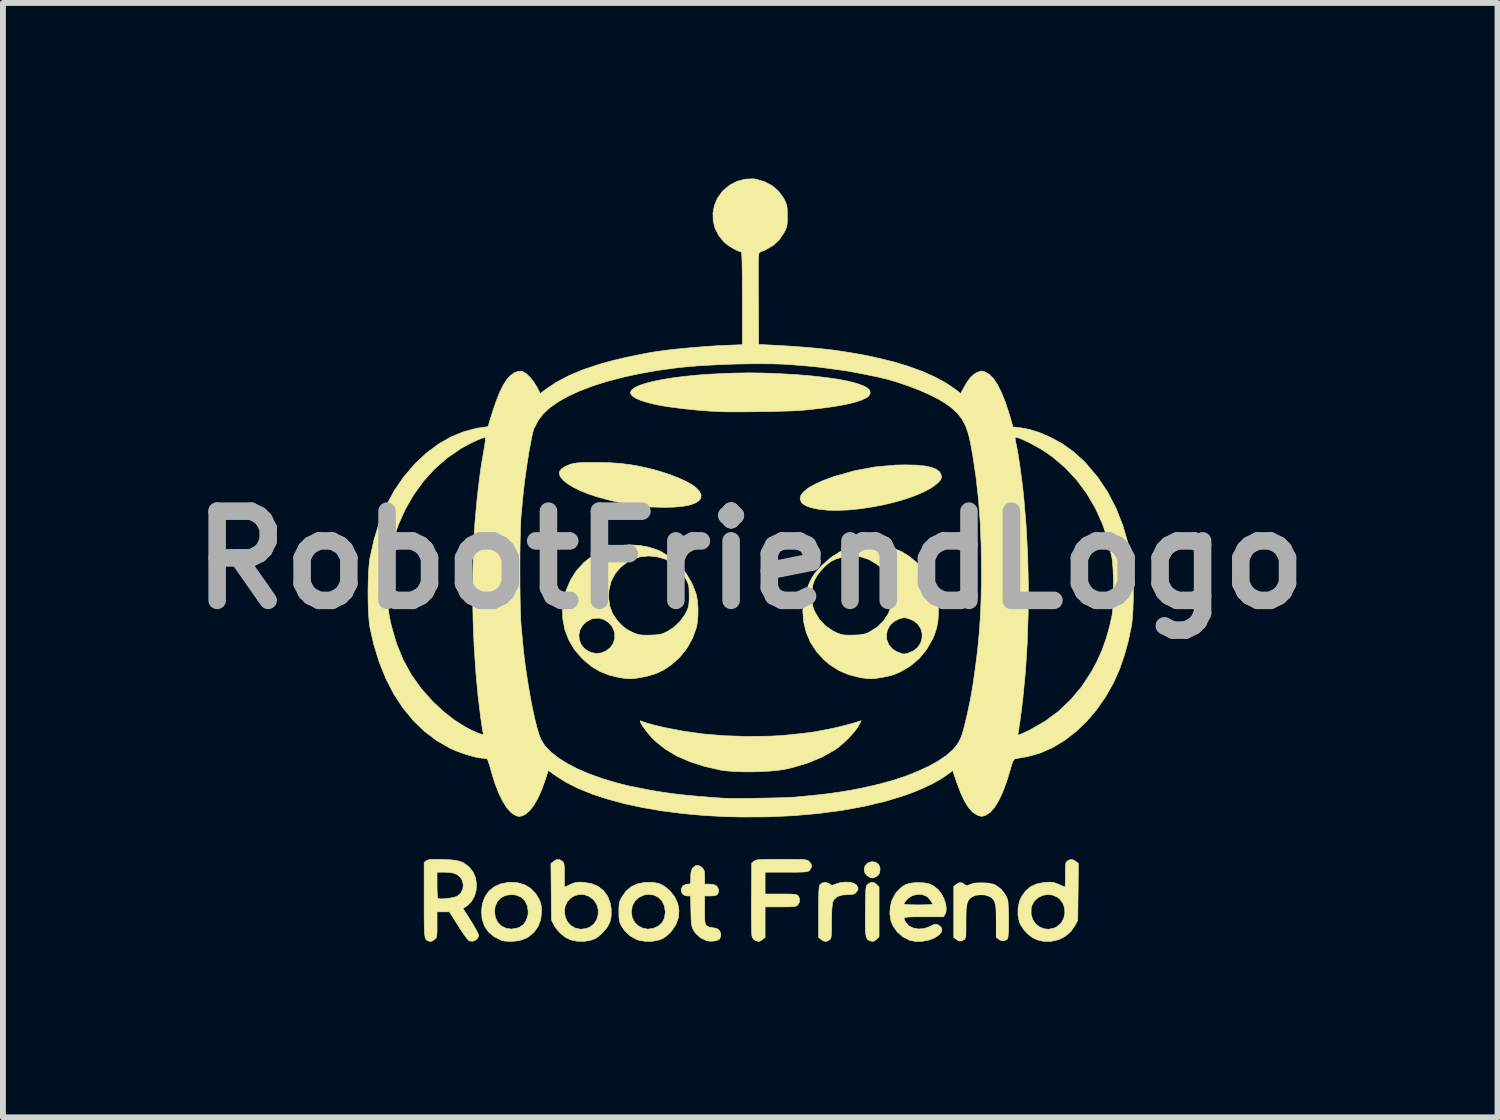
<source format=kicad_pcb>
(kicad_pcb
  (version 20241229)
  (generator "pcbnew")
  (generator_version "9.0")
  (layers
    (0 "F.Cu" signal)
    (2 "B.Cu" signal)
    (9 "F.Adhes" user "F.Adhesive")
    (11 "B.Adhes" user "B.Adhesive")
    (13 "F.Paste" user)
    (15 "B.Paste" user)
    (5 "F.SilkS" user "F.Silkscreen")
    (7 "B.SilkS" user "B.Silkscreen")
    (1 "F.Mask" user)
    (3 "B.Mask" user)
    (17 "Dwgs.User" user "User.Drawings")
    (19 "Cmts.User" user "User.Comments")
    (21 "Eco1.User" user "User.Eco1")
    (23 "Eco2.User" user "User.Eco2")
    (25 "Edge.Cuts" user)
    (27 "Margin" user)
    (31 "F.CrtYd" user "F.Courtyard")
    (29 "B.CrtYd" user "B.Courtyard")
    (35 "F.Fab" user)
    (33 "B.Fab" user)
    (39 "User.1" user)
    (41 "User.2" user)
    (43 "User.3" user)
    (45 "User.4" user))
  (footprint "RobotFriendLogo"
    (layer "F.Cu")
    (at 9.768 6.518)
    (property "Reference" "RobotFriendLogo" (at 0 0 0) (layer "F.Fab") (effects (font (size 1.524 1.524) (thickness 0.3))))
    (attr through_hole)
    (fp_poly (pts (xy 2.14 5.163) (xy 2.187 5.195) (xy 2.215 5.246) (xy 2.218 5.276) (xy 2.213 5.339) (xy 2.192 5.38) (xy 2.152 5.409) (xy 2.149 5.411) (xy 2.109 5.429) (xy 2.08 5.433) (xy 2.049 5.424) (xy 1.992 5.389) (xy 1.957 5.339) (xy 1.947 5.282) (xy 1.961 5.227) (xy 2.001 5.182) (xy 2.019 5.171) (xy 2.082 5.154) (xy 2.14 5.163)) (stroke (width 0.01) (type solid)) (fill yes) (layer "F.SilkS"))
    (fp_poly (pts (xy 2.114 5.512) (xy 2.16 5.545) (xy 2.201 5.586) (xy 2.201 6.436) (xy 2.16 6.478) (xy 2.121 6.509) (xy 2.084 6.516) (xy 2.036 6.502) (xy 2.014 6.49) (xy 1.997 6.472) (xy 1.985 6.443) (xy 1.976 6.4) (xy 1.97 6.34) (xy 1.967 6.257) (xy 1.966 6.15) (xy 1.967 6.012) (xy 1.968 5.981) (xy 1.969 5.852) (xy 1.971 5.753) (xy 1.973 5.68) (xy 1.976 5.627) (xy 1.981 5.591) (xy 1.987 5.568) (xy 1.995 5.552) (xy 2.006 5.541) (xy 2.013 5.536) (xy 2.065 5.507) (xy 2.114 5.512)) (stroke (width 0.01) (type solid)) (fill yes) (layer "F.SilkS"))
    (fp_poly (pts (xy 2.832 -1.621) (xy 2.979 -1.607) (xy 3.095 -1.583) (xy 3.181 -1.549) (xy 3.237 -1.505) (xy 3.263 -1.451) (xy 3.265 -1.437) (xy 3.264 -1.4) (xy 3.252 -1.369) (xy 3.222 -1.334) (xy 3.194 -1.308) (xy 3.099 -1.236) (xy 2.975 -1.168) (xy 2.827 -1.104) (xy 2.659 -1.044) (xy 2.476 -0.991) (xy 2.283 -0.944) (xy 2.084 -0.906) (xy 1.884 -0.876) (xy 1.688 -0.856) (xy 1.501 -0.848) (xy 1.327 -0.851) (xy 1.171 -0.867) (xy 1.142 -0.872) (xy 1.031 -0.897) (xy 0.95 -0.927) (xy 0.895 -0.962) (xy 0.872 -0.989) (xy 0.852 -1.046) (xy 0.866 -1.105) (xy 0.912 -1.165) (xy 0.99 -1.228) (xy 1.1 -1.291) (xy 1.24 -1.355) (xy 1.411 -1.419) (xy 1.439 -1.428) (xy 1.785 -1.526) (xy 2.136 -1.591) (xy 2.494 -1.622) (xy 2.652 -1.625) (xy 2.832 -1.621)) (stroke (width 0.01) (type solid)) (fill yes) (layer "F.SilkS"))
    (fp_poly (pts (xy 1.696 5.506) (xy 1.763 5.521) (xy 1.809 5.547) (xy 1.814 5.552) (xy 1.841 5.596) (xy 1.84 5.634) (xy 1.813 5.675) (xy 1.791 5.697) (xy 1.763 5.709) (xy 1.72 5.715) (xy 1.664 5.716) (xy 1.56 5.726) (xy 1.483 5.754) (xy 1.432 5.801) (xy 1.411 5.843) (xy 1.403 5.885) (xy 1.396 5.956) (xy 1.392 6.051) (xy 1.39 6.165) (xy 1.389 6.184) (xy 1.389 6.288) (xy 1.388 6.363) (xy 1.385 6.416) (xy 1.38 6.45) (xy 1.373 6.471) (xy 1.362 6.484) (xy 1.351 6.493) (xy 1.301 6.516) (xy 1.255 6.51) (xy 1.213 6.484) (xy 1.168 6.449) (xy 1.168 6.013) (xy 1.169 5.868) (xy 1.17 5.754) (xy 1.173 5.667) (xy 1.177 5.606) (xy 1.183 5.568) (xy 1.19 5.549) (xy 1.232 5.518) (xy 1.286 5.509) (xy 1.34 5.524) (xy 1.354 5.533) (xy 1.38 5.552) (xy 1.402 5.558) (xy 1.432 5.549) (xy 1.47 5.533) (xy 1.54 5.512) (xy 1.619 5.503) (xy 1.696 5.506)) (stroke (width 0.01) (type solid)) (fill yes) (layer "F.SilkS"))
    (fp_poly (pts (xy -2.423 -1.663) (xy -2.234 -1.652) (xy -2.056 -1.63) (xy -1.876 -1.598) (xy -1.683 -1.553) (xy -1.636 -1.541) (xy -1.487 -1.497) (xy -1.342 -1.448) (xy -1.208 -1.394) (xy -1.09 -1.34) (xy -0.994 -1.286) (xy -0.929 -1.239) (xy -0.868 -1.174) (xy -0.84 -1.114) (xy -0.843 -1.06) (xy -0.876 -1.013) (xy -0.939 -0.973) (xy -1.03 -0.941) (xy -1.148 -0.918) (xy -1.292 -0.904) (xy -1.461 -0.9) (xy -1.49 -0.901) (xy -1.574 -0.902) (xy -1.654 -0.905) (xy -1.718 -0.907) (xy -1.744 -0.909) (xy -1.903 -0.925) (xy -2.082 -0.954) (xy -2.271 -0.991) (xy -2.459 -1.036) (xy -2.637 -1.086) (xy -2.765 -1.129) (xy -2.904 -1.184) (xy -3.024 -1.244) (xy -3.123 -1.305) (xy -3.197 -1.366) (xy -3.245 -1.424) (xy -3.263 -1.479) (xy -3.26 -1.507) (xy -3.228 -1.554) (xy -3.166 -1.597) (xy -3.076 -1.634) (xy -3.068 -1.637) (xy -3.027 -1.648) (xy -2.98 -1.656) (xy -2.921 -1.661) (xy -2.845 -1.665) (xy -2.746 -1.667) (xy -2.633 -1.667) (xy -2.423 -1.663)) (stroke (width 0.01) (type solid)) (fill yes) (layer "F.SilkS"))
    (fp_poly (pts (xy -3.982 5.512) (xy -3.858 5.547) (xy -3.752 5.61) (xy -3.665 5.7) (xy -3.612 5.787) (xy -3.586 5.849) (xy -3.571 5.907) (xy -3.566 5.976) (xy -3.565 6.011) (xy -3.58 6.145) (xy -3.624 6.262) (xy -3.696 6.362) (xy -3.794 6.442) (xy -3.834 6.464) (xy -3.913 6.493) (xy -4.008 6.511) (xy -4.108 6.517) (xy -4.199 6.51) (xy -4.252 6.497) (xy -4.376 6.436) (xy -4.472 6.355) (xy -4.54 6.256) (xy -4.58 6.137) (xy -4.591 6.011) (xy -4.591 6.01) (xy -4.369 6.01) (xy -4.354 6.109) (xy -4.314 6.191) (xy -4.252 6.253) (xy -4.174 6.292) (xy -4.083 6.306) (xy -3.986 6.291) (xy -3.932 6.27) (xy -3.871 6.224) (xy -3.825 6.154) (xy -3.798 6.07) (xy -3.793 6.012) (xy -3.807 5.909) (xy -3.847 5.824) (xy -3.91 5.763) (xy -3.995 5.726) (xy -4.079 5.716) (xy -4.179 5.73) (xy -4.261 5.772) (xy -4.322 5.838) (xy -4.359 5.925) (xy -4.369 6.01) (xy -4.591 6.01) (xy -4.577 5.876) (xy -4.534 5.758) (xy -4.466 5.659) (xy -4.373 5.583) (xy -4.26 5.532) (xy -4.126 5.507) (xy -4.121 5.507) (xy -3.982 5.512)) (stroke (width 0.01) (type solid)) (fill yes) (layer "F.SilkS"))
    (fp_poly (pts (xy 0.22 -3.194) (xy 0.456 -3.186) (xy 0.474 -3.185) (xy 0.773 -3.168) (xy 1.044 -3.146) (xy 1.284 -3.119) (xy 1.495 -3.089) (xy 1.674 -3.055) (xy 1.822 -3.016) (xy 1.937 -2.974) (xy 2.005 -2.937) (xy 2.043 -2.897) (xy 2.05 -2.85) (xy 2.027 -2.804) (xy 1.994 -2.777) (xy 1.903 -2.733) (xy 1.779 -2.693) (xy 1.621 -2.656) (xy 1.429 -2.622) (xy 1.204 -2.591) (xy 0.946 -2.563) (xy 0.889 -2.558) (xy 0.818 -2.553) (xy 0.718 -2.548) (xy 0.597 -2.544) (xy 0.459 -2.54) (xy 0.31 -2.536) (xy 0.157 -2.534) (xy 0.005 -2.532) (xy -0.14 -2.531) (xy -0.273 -2.531) (xy -0.387 -2.531) (xy -0.457 -2.533) (xy -0.673 -2.543) (xy -0.907 -2.561) (xy -1.144 -2.585) (xy -1.37 -2.614) (xy -1.456 -2.627) (xy -1.615 -2.656) (xy -1.752 -2.689) (xy -1.866 -2.725) (xy -1.954 -2.763) (xy -2.014 -2.803) (xy -2.043 -2.843) (xy -2.046 -2.867) (xy -2.023 -2.908) (xy -1.969 -2.948) (xy -1.886 -2.986) (xy -1.777 -3.021) (xy -1.644 -3.055) (xy -1.49 -3.085) (xy -1.316 -3.113) (xy -1.126 -3.137) (xy -0.922 -3.158) (xy -0.707 -3.174) (xy -0.482 -3.186) (xy -0.251 -3.194) (xy -0.016 -3.197) (xy 0.22 -3.194)) (stroke (width 0.01) (type solid)) (fill yes) (layer "F.SilkS"))
    (fp_poly (pts (xy -1.656 5.508) (xy -1.557 5.528) (xy -1.469 5.572) (xy -1.384 5.642) (xy -1.371 5.654) (xy -1.289 5.759) (xy -1.237 5.873) (xy -1.217 5.992) (xy -1.228 6.112) (xy -1.269 6.228) (xy -1.342 6.337) (xy -1.372 6.37) (xy -1.436 6.428) (xy -1.493 6.466) (xy -1.554 6.491) (xy -1.558 6.492) (xy -1.668 6.514) (xy -1.784 6.516) (xy -1.891 6.5) (xy -1.934 6.487) (xy -2.05 6.424) (xy -2.143 6.337) (xy -2.194 6.262) (xy -2.218 6.216) (xy -2.232 6.176) (xy -2.24 6.13) (xy -2.243 6.068) (xy -2.244 6.012) (xy -2.032 6.012) (xy -2.017 6.108) (xy -1.976 6.188) (xy -1.915 6.25) (xy -1.838 6.29) (xy -1.752 6.307) (xy -1.661 6.296) (xy -1.572 6.256) (xy -1.571 6.255) (xy -1.505 6.197) (xy -1.466 6.122) (xy -1.451 6.026) (xy -1.451 6.009) (xy -1.465 5.91) (xy -1.506 5.828) (xy -1.568 5.764) (xy -1.646 5.725) (xy -1.737 5.712) (xy -1.811 5.723) (xy -1.902 5.764) (xy -1.972 5.829) (xy -2.016 5.913) (xy -2.032 6.012) (xy -2.032 6.012) (xy -2.244 6.012) (xy -2.244 6.011) (xy -2.243 5.933) (xy -2.238 5.877) (xy -2.229 5.834) (xy -2.211 5.793) (xy -2.194 5.76) (xy -2.121 5.656) (xy -2.031 5.58) (xy -1.922 5.532) (xy -1.793 5.508) (xy -1.776 5.507) (xy -1.656 5.508)) (stroke (width 0.01) (type solid)) (fill yes) (layer "F.SilkS"))
    (fp_poly (pts (xy 1.85 2.834) (xy 1.808 2.898) (xy 1.745 2.974) (xy 1.669 3.055) (xy 1.588 3.132) (xy 1.508 3.2) (xy 1.454 3.239) (xy 1.235 3.363) (xy 0.992 3.465) (xy 0.726 3.545) (xy 0.597 3.575) (xy 0.482 3.593) (xy 0.343 3.606) (xy 0.189 3.615) (xy 0.028 3.62) (xy -0.132 3.619) (xy -0.282 3.613) (xy -0.413 3.602) (xy -0.502 3.59) (xy -0.782 3.526) (xy -1.034 3.445) (xy -1.258 3.347) (xy -1.453 3.23) (xy -1.621 3.095) (xy -1.64 3.077) (xy -1.69 3.025) (xy -1.739 2.968) (xy -1.785 2.91) (xy -1.826 2.854) (xy -1.857 2.805) (xy -1.877 2.769) (xy -1.881 2.749) (xy -1.867 2.749) (xy -1.862 2.752) (xy -1.832 2.765) (xy -1.775 2.783) (xy -1.7 2.804) (xy -1.614 2.827) (xy -1.524 2.849) (xy -1.465 2.863) (xy -1.129 2.927) (xy -0.793 2.973) (xy -0.448 3.002) (xy -0.083 3.014) (xy 0.008 3.014) (xy 0.132 3.013) (xy 0.256 3.011) (xy 0.372 3.008) (xy 0.473 3.003) (xy 0.55 2.999) (xy 0.562 2.997) (xy 0.723 2.981) (xy 0.865 2.966) (xy 0.985 2.952) (xy 1.078 2.939) (xy 1.135 2.93) (xy 1.194 2.918) (xy 1.267 2.904) (xy 1.321 2.894) (xy 1.412 2.876) (xy 1.522 2.85) (xy 1.637 2.821) (xy 1.743 2.793) (xy 1.816 2.771) (xy 1.897 2.746) (xy 1.85 2.834)) (stroke (width 0.01) (type solid)) (fill yes) (layer "F.SilkS"))
    (fp_poly (pts (xy 3.616 5.509) (xy 3.66 5.536) (xy 3.689 5.556) (xy 3.714 5.557) (xy 3.751 5.54) (xy 3.806 5.521) (xy 3.884 5.511) (xy 3.972 5.51) (xy 4.061 5.516) (xy 4.139 5.53) (xy 4.191 5.548) (xy 4.288 5.618) (xy 4.36 5.71) (xy 4.384 5.757) (xy 4.397 5.788) (xy 4.406 5.821) (xy 4.412 5.862) (xy 4.416 5.916) (xy 4.418 5.99) (xy 4.419 6.09) (xy 4.419 6.149) (xy 4.419 6.264) (xy 4.418 6.35) (xy 4.414 6.412) (xy 4.407 6.454) (xy 4.395 6.48) (xy 4.378 6.496) (xy 4.354 6.505) (xy 4.334 6.51) (xy 4.286 6.509) (xy 4.245 6.485) (xy 4.199 6.449) (xy 4.199 6.179) (xy 4.198 6.056) (xy 4.194 5.962) (xy 4.185 5.892) (xy 4.17 5.84) (xy 4.148 5.802) (xy 4.118 5.773) (xy 4.095 5.758) (xy 4.024 5.731) (xy 3.939 5.723) (xy 3.855 5.734) (xy 3.796 5.758) (xy 3.761 5.783) (xy 3.734 5.814) (xy 3.715 5.856) (xy 3.703 5.912) (xy 3.695 5.989) (xy 3.692 6.091) (xy 3.691 6.188) (xy 3.691 6.291) (xy 3.69 6.366) (xy 3.688 6.417) (xy 3.683 6.45) (xy 3.676 6.471) (xy 3.665 6.485) (xy 3.654 6.493) (xy 3.604 6.516) (xy 3.558 6.51) (xy 3.516 6.484) (xy 3.471 6.449) (xy 3.471 5.574) (xy 3.516 5.538) (xy 3.569 5.508) (xy 3.616 5.509)) (stroke (width 0) (type solid)) (fill yes) (layer "F.SilkS"))
    (fp_poly (pts (xy 0.665 5.114) (xy 0.767 5.115) (xy 0.844 5.116) (xy 0.9 5.118) (xy 0.94 5.122) (xy 0.967 5.128) (xy 0.986 5.136) (xy 1.001 5.146) (xy 1.005 5.149) (xy 1.042 5.195) (xy 1.047 5.246) (xy 1.02 5.296) (xy 1.016 5.3) (xy 1.003 5.311) (xy 0.986 5.32) (xy 0.96 5.326) (xy 0.922 5.33) (xy 0.866 5.332) (xy 0.787 5.334) (xy 0.681 5.334) (xy 0.618 5.334) (xy 0.254 5.334) (xy 0.254 5.707) (xy 0.522 5.707) (xy 0.625 5.707) (xy 0.699 5.708) (xy 0.75 5.712) (xy 0.783 5.717) (xy 0.804 5.725) (xy 0.818 5.737) (xy 0.819 5.738) (xy 0.843 5.787) (xy 0.841 5.844) (xy 0.813 5.893) (xy 0.797 5.906) (xy 0.777 5.915) (xy 0.746 5.921) (xy 0.699 5.925) (xy 0.631 5.926) (xy 0.535 5.927) (xy 0.516 5.927) (xy 0.254 5.927) (xy 0.254 6.449) (xy 0.209 6.484) (xy 0.169 6.511) (xy 0.134 6.516) (xy 0.089 6.502) (xy 0.054 6.475) (xy 0.033 6.441) (xy 0.028 6.41) (xy 0.024 6.347) (xy 0.022 6.254) (xy 0.02 6.132) (xy 0.02 5.983) (xy 0.02 5.809) (xy 0.021 5.787) (xy 0.025 5.179) (xy 0.065 5.146) (xy 0.08 5.136) (xy 0.098 5.129) (xy 0.125 5.123) (xy 0.165 5.119) (xy 0.221 5.116) (xy 0.298 5.115) (xy 0.401 5.114) (xy 0.533 5.114) (xy 0.665 5.114)) (stroke (width 0.01) (type solid)) (fill yes) (layer "F.SilkS"))
    (fp_poly (pts (xy -0.831 5.247) (xy -0.82 5.257) (xy -0.798 5.284) (xy -0.785 5.315) (xy -0.78 5.36) (xy -0.779 5.418) (xy -0.779 5.537) (xy -0.698 5.537) (xy -0.619 5.546) (xy -0.568 5.575) (xy -0.544 5.622) (xy -0.542 5.645) (xy -0.548 5.693) (xy -0.57 5.722) (xy -0.614 5.737) (xy -0.681 5.74) (xy -0.779 5.74) (xy -0.779 5.977) (xy -0.779 6.073) (xy -0.777 6.14) (xy -0.773 6.186) (xy -0.766 6.216) (xy -0.756 6.236) (xy -0.745 6.248) (xy -0.693 6.277) (xy -0.645 6.282) (xy -0.575 6.294) (xy -0.527 6.328) (xy -0.504 6.38) (xy -0.502 6.399) (xy -0.51 6.446) (xy -0.529 6.48) (xy -0.566 6.499) (xy -0.624 6.511) (xy -0.688 6.513) (xy -0.745 6.504) (xy -0.749 6.503) (xy -0.849 6.455) (xy -0.93 6.381) (xy -0.961 6.336) (xy -0.979 6.304) (xy -0.992 6.274) (xy -1 6.239) (xy -1.006 6.193) (xy -1.01 6.129) (xy -1.012 6.04) (xy -1.013 5.999) (xy -1.019 5.74) (xy -1.076 5.74) (xy -1.132 5.726) (xy -1.168 5.689) (xy -1.179 5.636) (xy -1.176 5.615) (xy -1.148 5.566) (xy -1.097 5.541) (xy -1.059 5.537) (xy -1.037 5.536) (xy -1.024 5.526) (xy -1.018 5.5) (xy -1.016 5.451) (xy -1.016 5.421) (xy -1.014 5.351) (xy -1.004 5.303) (xy -0.986 5.268) (xy -0.981 5.26) (xy -0.935 5.223) (xy -0.884 5.219) (xy -0.831 5.247)) (stroke (width 0.01) (type solid)) (fill yes) (layer "F.SilkS"))
    (fp_poly (pts (xy 5.518 5.123) (xy 5.561 5.15) (xy 5.607 5.186) (xy 5.602 5.67) (xy 5.596 6.155) (xy 5.551 6.242) (xy 5.477 6.348) (xy 5.382 6.43) (xy 5.27 6.486) (xy 5.146 6.515) (xy 5.015 6.515) (xy 4.904 6.491) (xy 4.824 6.453) (xy 4.744 6.391) (xy 4.672 6.313) (xy 4.618 6.229) (xy 4.598 6.183) (xy 4.575 6.066) (xy 4.575 6.053) (xy 4.799 6.053) (xy 4.825 6.141) (xy 4.874 6.213) (xy 4.94 6.268) (xy 5.018 6.301) (xy 5.104 6.309) (xy 5.194 6.289) (xy 5.243 6.264) (xy 5.312 6.203) (xy 5.356 6.126) (xy 5.376 6.039) (xy 5.372 5.95) (xy 5.343 5.866) (xy 5.29 5.794) (xy 5.253 5.764) (xy 5.169 5.725) (xy 5.08 5.715) (xy 4.994 5.731) (xy 4.916 5.77) (xy 4.853 5.829) (xy 4.811 5.907) (xy 4.8 5.953) (xy 4.799 6.053) (xy 4.575 6.053) (xy 4.577 5.943) (xy 4.603 5.826) (xy 4.632 5.759) (xy 4.704 5.656) (xy 4.793 5.58) (xy 4.902 5.532) (xy 5.033 5.508) (xy 5.049 5.507) (xy 5.121 5.504) (xy 5.175 5.509) (xy 5.223 5.522) (xy 5.275 5.544) (xy 5.326 5.567) (xy 5.364 5.583) (xy 5.378 5.588) (xy 5.381 5.572) (xy 5.383 5.529) (xy 5.384 5.465) (xy 5.385 5.386) (xy 5.385 5.377) (xy 5.385 5.289) (xy 5.387 5.229) (xy 5.391 5.189) (xy 5.399 5.165) (xy 5.411 5.15) (xy 5.422 5.14) (xy 5.472 5.117) (xy 5.518 5.123)) (stroke (width 0.01) (type solid)) (fill yes) (layer "F.SilkS"))
    (fp_poly (pts (xy -3.26 5.12) (xy -3.215 5.146) (xy -3.198 5.162) (xy -3.187 5.18) (xy -3.18 5.208) (xy -3.176 5.253) (xy -3.175 5.32) (xy -3.175 5.383) (xy -3.175 5.462) (xy -3.174 5.527) (xy -3.174 5.571) (xy -3.173 5.588) (xy -3.173 5.588) (xy -3.158 5.582) (xy -3.12 5.565) (xy -3.074 5.544) (xy -3.017 5.52) (xy -2.969 5.508) (xy -2.914 5.504) (xy -2.847 5.507) (xy -2.712 5.529) (xy -2.597 5.578) (xy -2.504 5.652) (xy -2.434 5.749) (xy -2.39 5.867) (xy -2.374 5.971) (xy -2.376 6.091) (xy -2.399 6.192) (xy -2.449 6.283) (xy -2.523 6.369) (xy -2.588 6.429) (xy -2.645 6.467) (xy -2.706 6.491) (xy -2.71 6.492) (xy -2.831 6.515) (xy -2.957 6.514) (xy -3.07 6.49) (xy -3.161 6.445) (xy -3.247 6.375) (xy -3.32 6.29) (xy -3.349 6.242) (xy -3.395 6.155) (xy -3.397 6.002) (xy -3.174 6.002) (xy -3.16 6.102) (xy -3.12 6.186) (xy -3.06 6.25) (xy -2.983 6.292) (xy -2.896 6.309) (xy -2.803 6.297) (xy -2.741 6.273) (xy -2.671 6.219) (xy -2.623 6.146) (xy -2.598 6.061) (xy -2.597 5.972) (xy -2.621 5.886) (xy -2.672 5.81) (xy -2.672 5.809) (xy -2.749 5.749) (xy -2.833 5.718) (xy -2.918 5.714) (xy -3 5.735) (xy -3.071 5.778) (xy -3.128 5.841) (xy -3.164 5.923) (xy -3.174 6.002) (xy -3.397 6.002) (xy -3.4 5.67) (xy -3.405 5.186) (xy -3.36 5.15) (xy -3.307 5.119) (xy -3.26 5.12)) (stroke (width 0.01) (type solid)) (fill yes) (layer "F.SilkS"))
    (fp_poly (pts (xy 2.976 5.517) (xy 3.058 5.533) (xy 3.127 5.565) (xy 3.192 5.616) (xy 3.214 5.636) (xy 3.267 5.704) (xy 3.309 5.784) (xy 3.338 5.869) (xy 3.35 5.95) (xy 3.344 6.019) (xy 3.329 6.053) (xy 3.301 6.096) (xy 2.963 6.096) (xy 2.843 6.096) (xy 2.754 6.097) (xy 2.691 6.101) (xy 2.652 6.107) (xy 2.632 6.118) (xy 2.628 6.134) (xy 2.637 6.156) (xy 2.654 6.187) (xy 2.657 6.19) (xy 2.712 6.251) (xy 2.787 6.289) (xy 2.876 6.305) (xy 2.972 6.297) (xy 3.067 6.264) (xy 3.077 6.258) (xy 3.129 6.233) (xy 3.163 6.222) (xy 3.19 6.226) (xy 3.211 6.234) (xy 3.259 6.271) (xy 3.276 6.314) (xy 3.263 6.362) (xy 3.22 6.41) (xy 3.149 6.456) (xy 3.141 6.46) (xy 3.045 6.495) (xy 2.937 6.515) (xy 2.83 6.517) (xy 2.736 6.501) (xy 2.721 6.496) (xy 2.608 6.438) (xy 2.513 6.356) (xy 2.442 6.257) (xy 2.404 6.164) (xy 2.386 6.043) (xy 2.394 5.919) (xy 2.406 5.876) (xy 2.625 5.876) (xy 2.641 5.883) (xy 2.687 5.888) (xy 2.758 5.891) (xy 2.851 5.893) (xy 2.87 5.893) (xy 2.957 5.892) (xy 3.03 5.89) (xy 3.084 5.886) (xy 3.113 5.882) (xy 3.116 5.88) (xy 3.105 5.853) (xy 3.079 5.814) (xy 3.047 5.775) (xy 3.02 5.749) (xy 2.947 5.718) (xy 2.864 5.712) (xy 2.781 5.73) (xy 2.707 5.772) (xy 2.677 5.8) (xy 2.646 5.839) (xy 2.627 5.869) (xy 2.625 5.876) (xy 2.406 5.876) (xy 2.427 5.801) (xy 2.483 5.697) (xy 2.508 5.666) (xy 2.577 5.597) (xy 2.644 5.551) (xy 2.72 5.525) (xy 2.814 5.513) (xy 2.87 5.512) (xy 2.976 5.517)) (stroke (width 0.01) (type solid)) (fill yes) (layer "F.SilkS"))
    (fp_poly (pts (xy -5.277 5.116) (xy -5.245 5.117) (xy -5.126 5.122) (xy -5.034 5.132) (xy -4.961 5.149) (xy -4.901 5.173) (xy -4.848 5.209) (xy -4.803 5.247) (xy -4.736 5.33) (xy -4.694 5.428) (xy -4.677 5.534) (xy -4.683 5.642) (xy -4.712 5.745) (xy -4.764 5.836) (xy -4.838 5.909) (xy -4.862 5.925) (xy -4.908 5.953) (xy -4.774 6.164) (xy -4.726 6.242) (xy -4.686 6.312) (xy -4.657 6.368) (xy -4.641 6.405) (xy -4.64 6.412) (xy -4.655 6.459) (xy -4.692 6.495) (xy -4.742 6.514) (xy -4.794 6.509) (xy -4.806 6.504) (xy -4.826 6.484) (xy -4.86 6.441) (xy -4.904 6.379) (xy -4.954 6.304) (xy -4.989 6.249) (xy -5.139 6.012) (xy -5.351 6.011) (xy -5.351 6.23) (xy -5.351 6.32) (xy -5.353 6.382) (xy -5.356 6.423) (xy -5.363 6.449) (xy -5.375 6.467) (xy -5.392 6.482) (xy -5.396 6.484) (xy -5.437 6.511) (xy -5.472 6.516) (xy -5.503 6.508) (xy -5.52 6.501) (xy -5.534 6.49) (xy -5.545 6.474) (xy -5.554 6.449) (xy -5.56 6.41) (xy -5.565 6.356) (xy -5.568 6.283) (xy -5.57 6.188) (xy -5.571 6.068) (xy -5.571 5.919) (xy -5.571 5.805) (xy -5.571 5.334) (xy -5.351 5.334) (xy -5.351 5.551) (xy -5.35 5.634) (xy -5.347 5.705) (xy -5.344 5.756) (xy -5.339 5.781) (xy -5.338 5.782) (xy -5.313 5.789) (xy -5.264 5.79) (xy -5.201 5.786) (xy -5.133 5.777) (xy -5.07 5.765) (xy -5.021 5.752) (xy -5.006 5.745) (xy -4.946 5.692) (xy -4.91 5.624) (xy -4.902 5.547) (xy -4.921 5.471) (xy -4.948 5.427) (xy -4.999 5.38) (xy -5.067 5.35) (xy -5.159 5.336) (xy -5.223 5.334) (xy -5.351 5.334) (xy -5.571 5.334) (xy -5.571 5.165) (xy -5.529 5.138) (xy -5.507 5.127) (xy -5.476 5.119) (xy -5.432 5.115) (xy -5.368 5.115) (xy -5.277 5.116)) (stroke (width 0.01) (type solid)) (fill yes) (layer "F.SilkS"))
    (fp_poly (pts (xy -1.887 -0.248) (xy -1.72 -0.217) (xy -1.567 -0.164) (xy -1.527 -0.146) (xy -1.365 -0.045) (xy -1.22 0.082) (xy -1.096 0.229) (xy -0.998 0.393) (xy -0.928 0.569) (xy -0.921 0.594) (xy -0.901 0.7) (xy -0.892 0.824) (xy -0.893 0.953) (xy -0.904 1.074) (xy -0.919 1.151) (xy -0.984 1.334) (xy -1.078 1.503) (xy -1.197 1.652) (xy -1.22 1.676) (xy -1.346 1.788) (xy -1.471 1.874) (xy -1.607 1.939) (xy -1.76 1.985) (xy -1.871 2.008) (xy -1.965 2.023) (xy -2.042 2.029) (xy -2.116 2.026) (xy -2.202 2.014) (xy -2.244 2.007) (xy -2.417 1.965) (xy -2.567 1.905) (xy -2.704 1.824) (xy -2.836 1.716) (xy -2.878 1.676) (xy -3.003 1.53) (xy -3.099 1.367) (xy -3.134 1.277) (xy -2.927 1.277) (xy -2.921 1.361) (xy -2.891 1.44) (xy -2.836 1.51) (xy -2.758 1.563) (xy -2.707 1.583) (xy -2.627 1.598) (xy -2.548 1.588) (xy -2.469 1.556) (xy -2.394 1.501) (xy -2.341 1.425) (xy -2.314 1.337) (xy -2.316 1.245) (xy -2.321 1.223) (xy -2.361 1.135) (xy -2.424 1.065) (xy -2.502 1.016) (xy -2.59 0.993) (xy -2.682 0.999) (xy -2.709 1.007) (xy -2.8 1.054) (xy -2.866 1.119) (xy -2.909 1.195) (xy -2.927 1.277) (xy -3.134 1.277) (xy -3.166 1.193) (xy -3.202 1.01) (xy -3.207 0.822) (xy -3.195 0.719) (xy -3.178 0.649) (xy -2.419 0.649) (xy -2.399 0.79) (xy -2.353 0.914) (xy -2.277 1.027) (xy -2.25 1.058) (xy -2.178 1.131) (xy -2.109 1.184) (xy -2.029 1.227) (xy -1.983 1.248) (xy -1.934 1.266) (xy -1.889 1.278) (xy -1.836 1.283) (xy -1.766 1.284) (xy -1.71 1.283) (xy -1.626 1.28) (xy -1.565 1.274) (xy -1.517 1.264) (xy -1.47 1.247) (xy -1.419 1.223) (xy -1.303 1.149) (xy -1.199 1.049) (xy -1.115 0.932) (xy -1.09 0.885) (xy -1.068 0.836) (xy -1.054 0.793) (xy -1.047 0.745) (xy -1.043 0.682) (xy -1.043 0.61) (xy -1.044 0.528) (xy -1.047 0.469) (xy -1.055 0.424) (xy -1.07 0.383) (xy -1.093 0.335) (xy -1.097 0.327) (xy -1.173 0.202) (xy -1.26 0.105) (xy -1.328 0.052) (xy -1.455 -0.016) (xy -1.595 -0.056) (xy -1.739 -0.069) (xy -1.882 -0.054) (xy -2.017 -0.011) (xy -2.098 0.033) (xy -2.221 0.13) (xy -2.316 0.245) (xy -2.38 0.375) (xy -2.414 0.519) (xy -2.419 0.649) (xy -3.178 0.649) (xy -3.147 0.523) (xy -3.071 0.344) (xy -2.969 0.183) (xy -2.841 0.043) (xy -2.691 -0.074) (xy -2.521 -0.166) (xy -2.391 -0.214) (xy -2.232 -0.248) (xy -2.062 -0.259) (xy -1.887 -0.248)) (stroke (width 0.01) (type solid)) (fill yes) (layer "F.SilkS"))
    (fp_poly (pts (xy 2.064 -0.256) (xy 2.253 -0.244) (xy 2.422 -0.209) (xy 2.576 -0.148) (xy 2.722 -0.059) (xy 2.864 0.061) (xy 2.881 0.077) (xy 3.009 0.222) (xy 3.106 0.378) (xy 3.172 0.548) (xy 3.208 0.733) (xy 3.216 0.881) (xy 3.209 1.027) (xy 3.187 1.156) (xy 3.146 1.281) (xy 3.111 1.36) (xy 3.01 1.534) (xy 2.886 1.684) (xy 2.739 1.808) (xy 2.591 1.897) (xy 2.521 1.931) (xy 2.462 1.955) (xy 2.403 1.974) (xy 2.333 1.99) (xy 2.244 2.007) (xy 2.151 2.022) (xy 2.075 2.029) (xy 2.002 2.026) (xy 1.917 2.015) (xy 1.871 2.007) (xy 1.683 1.96) (xy 1.514 1.888) (xy 1.358 1.788) (xy 1.267 1.711) (xy 1.136 1.569) (xy 1.032 1.411) (xy 0.958 1.24) (xy 0.914 1.06) (xy 0.899 0.875) (xy 0.916 0.688) (xy 0.936 0.61) (xy 1.058 0.61) (xy 1.059 0.694) (xy 1.063 0.755) (xy 1.072 0.802) (xy 1.087 0.848) (xy 1.106 0.889) (xy 1.184 1.018) (xy 1.289 1.127) (xy 1.417 1.214) (xy 1.488 1.248) (xy 1.537 1.266) (xy 1.583 1.278) (xy 1.636 1.283) (xy 1.706 1.284) (xy 1.761 1.283) (xy 1.847 1.28) (xy 1.876 1.277) (xy 2.327 1.277) (xy 2.334 1.363) (xy 2.366 1.445) (xy 2.427 1.517) (xy 2.443 1.53) (xy 2.51 1.569) (xy 2.589 1.599) (xy 2.625 1.607) (xy 2.645 1.604) (xy 2.685 1.594) (xy 2.701 1.59) (xy 2.794 1.55) (xy 2.864 1.491) (xy 2.912 1.418) (xy 2.936 1.337) (xy 2.937 1.254) (xy 2.914 1.173) (xy 2.868 1.1) (xy 2.797 1.041) (xy 2.719 1.006) (xy 2.664 0.99) (xy 2.624 0.986) (xy 2.582 0.994) (xy 2.543 1.006) (xy 2.456 1.051) (xy 2.389 1.115) (xy 2.346 1.192) (xy 2.327 1.277) (xy 1.876 1.277) (xy 1.909 1.274) (xy 1.958 1.263) (xy 2.004 1.246) (xy 2.035 1.231) (xy 2.168 1.148) (xy 2.277 1.042) (xy 2.36 0.916) (xy 2.415 0.773) (xy 2.436 0.629) (xy 2.424 0.485) (xy 2.377 0.34) (xy 2.344 0.271) (xy 2.267 0.165) (xy 2.163 0.071) (xy 2.034 -0.005) (xy 2.032 -0.007) (xy 1.901 -0.051) (xy 1.76 -0.068) (xy 1.615 -0.058) (xy 1.477 -0.022) (xy 1.381 0.024) (xy 1.301 0.084) (xy 1.22 0.165) (xy 1.149 0.256) (xy 1.104 0.335) (xy 1.083 0.384) (xy 1.069 0.428) (xy 1.062 0.479) (xy 1.059 0.545) (xy 1.058 0.61) (xy 0.936 0.61) (xy 0.964 0.503) (xy 1.019 0.373) (xy 1.059 0.296) (xy 1.103 0.23) (xy 1.157 0.165) (xy 1.23 0.089) (xy 1.235 0.084) (xy 1.38 -0.043) (xy 1.53 -0.139) (xy 1.688 -0.205) (xy 1.86 -0.243) (xy 2.052 -0.256) (xy 2.064 -0.256)) (stroke (width 0.01) (type solid)) (fill yes) (layer "F.SilkS"))
    (fp_poly (pts (xy 0.096 -6.507) (xy 0.24 -6.466) (xy 0.37 -6.398) (xy 0.48 -6.305) (xy 0.566 -6.19) (xy 0.589 -6.147) (xy 0.61 -6.101) (xy 0.624 -6.058) (xy 0.631 -6.01) (xy 0.634 -5.946) (xy 0.635 -5.876) (xy 0.634 -5.795) (xy 0.631 -5.737) (xy 0.623 -5.694) (xy 0.609 -5.654) (xy 0.586 -5.608) (xy 0.578 -5.592) (xy 0.496 -5.472) (xy 0.392 -5.375) (xy 0.263 -5.3) (xy 0.165 -5.26) (xy 0.158 -5.256) (xy 0.152 -5.247) (xy 0.148 -5.231) (xy 0.144 -5.204) (xy 0.141 -5.163) (xy 0.139 -5.105) (xy 0.138 -5.029) (xy 0.138 -4.93) (xy 0.138 -4.806) (xy 0.139 -4.654) (xy 0.14 -4.472) (xy 0.14 -4.467) (xy 0.144 -3.683) (xy 0.373 -3.671) (xy 0.682 -3.654) (xy 0.963 -3.633) (xy 1.214 -3.61) (xy 1.433 -3.585) (xy 1.62 -3.557) (xy 1.628 -3.556) (xy 1.704 -3.543) (xy 1.785 -3.53) (xy 1.829 -3.522) (xy 1.899 -3.51) (xy 1.97 -3.497) (xy 1.998 -3.491) (xy 2.064 -3.477) (xy 2.137 -3.461) (xy 2.159 -3.456) (xy 2.437 -3.389) (xy 2.698 -3.311) (xy 2.939 -3.223) (xy 3.156 -3.126) (xy 3.348 -3.022) (xy 3.509 -2.913) (xy 3.529 -2.897) (xy 3.596 -2.844) (xy 3.648 -2.942) (xy 3.708 -3.045) (xy 3.765 -3.12) (xy 3.823 -3.173) (xy 3.87 -3.201) (xy 3.921 -3.222) (xy 3.958 -3.228) (xy 3.999 -3.219) (xy 4.005 -3.217) (xy 4.079 -3.177) (xy 4.151 -3.106) (xy 4.221 -3.003) (xy 4.29 -2.868) (xy 4.357 -2.701) (xy 4.424 -2.501) (xy 4.462 -2.369) (xy 4.488 -2.274) (xy 4.594 -2.263) (xy 4.763 -2.233) (xy 4.941 -2.178) (xy 5.133 -2.095) (xy 5.141 -2.091) (xy 5.339 -1.982) (xy 5.519 -1.853) (xy 5.69 -1.699) (xy 5.746 -1.641) (xy 5.939 -1.412) (xy 6.107 -1.16) (xy 6.25 -0.885) (xy 6.367 -0.588) (xy 6.46 -0.268) (xy 6.506 -0.051) (xy 6.521 0.059) (xy 6.533 0.193) (xy 6.541 0.346) (xy 6.545 0.507) (xy 6.545 0.67) (xy 6.54 0.827) (xy 6.532 0.968) (xy 6.52 1.088) (xy 6.514 1.126) (xy 6.46 1.384) (xy 6.391 1.635) (xy 6.308 1.872) (xy 6.214 2.084) (xy 6.208 2.096) (xy 6.072 2.337) (xy 5.918 2.558) (xy 5.749 2.757) (xy 5.565 2.933) (xy 5.371 3.082) (xy 5.168 3.204) (xy 4.958 3.297) (xy 4.744 3.358) (xy 4.678 3.37) (xy 4.614 3.381) (xy 4.56 3.39) (xy 4.528 3.396) (xy 4.511 3.405) (xy 4.494 3.428) (xy 4.477 3.47) (xy 4.456 3.538) (xy 4.445 3.577) (xy 4.381 3.788) (xy 4.314 3.967) (xy 4.244 4.115) (xy 4.172 4.231) (xy 4.098 4.313) (xy 4.022 4.362) (xy 4.006 4.368) (xy 3.962 4.379) (xy 3.922 4.374) (xy 3.873 4.355) (xy 3.8 4.308) (xy 3.73 4.23) (xy 3.662 4.12) (xy 3.596 3.979) (xy 3.53 3.805) (xy 3.524 3.787) (xy 3.461 3.598) (xy 3.352 3.678) (xy 3.248 3.747) (xy 3.118 3.819) (xy 2.97 3.89) (xy 2.811 3.958) (xy 2.65 4.018) (xy 2.647 4.019) (xy 2.312 4.122) (xy 1.95 4.208) (xy 1.563 4.279) (xy 1.156 4.332) (xy 0.73 4.369) (xy 0.288 4.389) (xy -0.166 4.391) (xy -0.415 4.385) (xy -0.789 4.365) (xy -1.151 4.332) (xy -1.497 4.288) (xy -1.827 4.232) (xy -2.137 4.166) (xy -2.425 4.089) (xy -2.69 4.003) (xy -2.928 3.907) (xy -3.138 3.803) (xy -3.317 3.69) (xy -3.32 3.688) (xy -3.449 3.595) (xy -3.505 3.766) (xy -3.565 3.932) (xy -3.63 4.075) (xy -3.699 4.193) (xy -3.77 4.284) (xy -3.841 4.345) (xy -3.894 4.371) (xy -3.945 4.381) (xy -3.988 4.373) (xy -4.02 4.36) (xy -4.091 4.31) (xy -4.162 4.229) (xy -4.231 4.118) (xy -4.297 3.982) (xy -4.36 3.821) (xy -4.417 3.639) (xy -4.437 3.564) (xy -4.457 3.496) (xy -4.475 3.441) (xy -4.49 3.407) (xy -4.495 3.4) (xy -4.523 3.391) (xy -4.566 3.387) (xy -4.632 3.38) (xy -4.721 3.361) (xy -4.824 3.332) (xy -4.932 3.297) (xy -5.036 3.257) (xy -5.123 3.219) (xy -5.351 3.089) (xy -5.562 2.93) (xy -5.756 2.744) (xy -5.931 2.531) (xy -6.087 2.294) (xy -6.223 2.032) (xy -6.338 1.748) (xy -6.432 1.442) (xy -6.498 1.151) (xy -6.51 1.062) (xy -6.519 0.947) (xy -6.526 0.812) (xy -6.529 0.664) (xy -6.53 0.512) (xy -6.528 0.421) (xy -6.213 0.421) (xy -6.204 0.668) (xy -6.197 0.729) (xy -6.185 0.827) (xy -6.175 0.902) (xy -6.166 0.962) (xy -6.155 1.018) (xy -6.142 1.078) (xy -6.129 1.131) (xy -6.044 1.426) (xy -5.932 1.701) (xy -5.792 1.956) (xy -5.624 2.194) (xy -5.427 2.415) (xy -5.412 2.43) (xy -5.235 2.594) (xy -5.062 2.73) (xy -4.885 2.843) (xy -4.758 2.91) (xy -4.668 2.951) (xy -4.605 2.974) (xy -4.569 2.979) (xy -4.558 2.965) (xy -4.561 2.956) (xy -4.566 2.941) (xy -4.571 2.918) (xy -4.577 2.883) (xy -4.585 2.829) (xy -4.596 2.751) (xy -4.605 2.692) (xy -4.652 2.306) (xy -4.689 1.897) (xy -4.717 1.474) (xy -4.735 1.043) (xy -4.742 0.609) (xy -4.74 0.264) (xy -3.935 0.264) (xy -3.934 0.441) (xy -3.932 0.61) (xy -3.929 0.767) (xy -3.926 0.907) (xy -3.921 1.024) (xy -3.915 1.113) (xy -3.914 1.126) (xy -3.898 1.296) (xy -3.885 1.437) (xy -3.873 1.555) (xy -3.862 1.655) (xy -3.851 1.742) (xy -3.841 1.821) (xy -3.834 1.871) (xy -3.796 2.115) (xy -3.758 2.339) (xy -3.719 2.539) (xy -3.681 2.714) (xy -3.644 2.863) (xy -3.608 2.981) (xy -3.576 3.065) (xy -3.511 3.17) (xy -3.414 3.274) (xy -3.288 3.375) (xy -3.134 3.473) (xy -2.955 3.567) (xy -2.753 3.654) (xy -2.53 3.734) (xy -2.288 3.806) (xy -2.252 3.815) (xy -2.178 3.834) (xy -2.112 3.851) (xy -2.064 3.862) (xy -2.049 3.865) (xy -2.012 3.872) (xy -1.954 3.884) (xy -1.885 3.898) (xy -1.871 3.901) (xy -1.716 3.931) (xy -1.565 3.957) (xy -1.412 3.98) (xy -1.253 4.001) (xy -1.082 4.02) (xy -0.893 4.037) (xy -0.68 4.054) (xy -0.457 4.07) (xy -0.398 4.072) (xy -0.31 4.074) (xy -0.2 4.074) (xy -0.074 4.073) (xy 0.063 4.071) (xy 0.204 4.069) (xy 0.344 4.066) (xy 0.477 4.063) (xy 0.598 4.059) (xy 0.7 4.054) (xy 0.777 4.05) (xy 0.796 4.048) (xy 1.061 4.023) (xy 1.298 3.997) (xy 1.516 3.967) (xy 1.72 3.933) (xy 1.919 3.895) (xy 2.117 3.85) (xy 2.213 3.827) (xy 2.445 3.763) (xy 2.665 3.69) (xy 2.868 3.609) (xy 3.053 3.523) (xy 3.214 3.433) (xy 3.35 3.34) (xy 3.457 3.247) (xy 3.502 3.197) (xy 3.551 3.13) (xy 3.588 3.063) (xy 3.618 2.988) (xy 3.646 2.893) (xy 3.656 2.853) (xy 3.697 2.684) (xy 3.729 2.539) (xy 3.757 2.409) (xy 3.78 2.285) (xy 3.801 2.158) (xy 3.809 2.108) (xy 3.852 1.804) (xy 3.887 1.52) (xy 3.913 1.247) (xy 3.932 0.974) (xy 3.944 0.694) (xy 3.95 0.395) (xy 3.951 0.186) (xy 3.946 -0.246) (xy 3.929 -0.653) (xy 3.9 -1.04) (xy 3.858 -1.414) (xy 3.803 -1.783) (xy 3.766 -1.99) (xy 3.744 -2.086) (xy 4.526 -2.086) (xy 4.53 -2.05) (xy 4.531 -2.047) (xy 4.541 -1.99) (xy 4.554 -1.929) (xy 4.555 -1.922) (xy 4.569 -1.851) (xy 4.585 -1.753) (xy 4.603 -1.635) (xy 4.621 -1.504) (xy 4.639 -1.367) (xy 4.656 -1.23) (xy 4.67 -1.101) (xy 4.673 -1.075) (xy 4.713 -0.593) (xy 4.74 -0.095) (xy 4.752 0.41) (xy 4.749 0.917) (xy 4.733 1.416) (xy 4.703 1.902) (xy 4.658 2.367) (xy 4.638 2.532) (xy 4.623 2.646) (xy 4.609 2.753) (xy 4.595 2.846) (xy 4.584 2.917) (xy 4.578 2.951) (xy 4.574 2.983) (xy 4.587 2.989) (xy 4.611 2.982) (xy 4.645 2.967) (xy 4.699 2.942) (xy 4.765 2.91) (xy 4.794 2.895) (xy 5.041 2.753) (xy 5.269 2.584) (xy 5.475 2.388) (xy 5.661 2.167) (xy 5.823 1.921) (xy 5.918 1.746) (xy 6.01 1.544) (xy 6.084 1.336) (xy 6.146 1.113) (xy 6.183 0.94) (xy 6.192 0.871) (xy 6.199 0.775) (xy 6.203 0.66) (xy 6.206 0.534) (xy 6.206 0.402) (xy 6.204 0.274) (xy 6.199 0.155) (xy 6.192 0.054) (xy 6.183 -0.022) (xy 6.183 -0.025) (xy 6.116 -0.326) (xy 6.021 -0.612) (xy 5.899 -0.882) (xy 5.752 -1.133) (xy 5.58 -1.364) (xy 5.386 -1.573) (xy 5.17 -1.757) (xy 5.04 -1.849) (xy 4.956 -1.901) (xy 4.863 -1.954) (xy 4.769 -2.004) (xy 4.682 -2.046) (xy 4.608 -2.078) (xy 4.564 -2.093) (xy 4.536 -2.097) (xy 4.526 -2.086) (xy 3.744 -2.086) (xy 3.728 -2.153) (xy 3.681 -2.289) (xy 3.62 -2.405) (xy 3.541 -2.506) (xy 3.441 -2.599) (xy 3.337 -2.675) (xy 3.215 -2.749) (xy 3.066 -2.824) (xy 2.897 -2.899) (xy 2.716 -2.969) (xy 2.529 -3.033) (xy 2.343 -3.088) (xy 2.166 -3.13) (xy 2.134 -3.137) (xy 2.097 -3.144) (xy 2.039 -3.156) (xy 1.97 -3.17) (xy 1.956 -3.173) (xy 1.841 -3.196) (xy 1.749 -3.213) (xy 1.672 -3.227) (xy 1.599 -3.238) (xy 1.52 -3.249) (xy 1.516 -3.25) (xy 1.428 -3.261) (xy 1.333 -3.274) (xy 1.255 -3.285) (xy 1.17 -3.296) (xy 1.076 -3.306) (xy 1.01 -3.312) (xy 0.938 -3.318) (xy 0.848 -3.325) (xy 0.753 -3.333) (xy 0.711 -3.336) (xy 0.561 -3.346) (xy 0.383 -3.351) (xy 0.184 -3.353) (xy -0.03 -3.352) (xy -0.252 -3.348) (xy -0.477 -3.34) (xy -0.697 -3.329) (xy -0.907 -3.316) (xy -1.1 -3.3) (xy -1.245 -3.285) (xy -1.57 -3.241) (xy -1.878 -3.187) (xy -2.168 -3.124) (xy -2.438 -3.054) (xy -2.685 -2.976) (xy -2.909 -2.891) (xy -3.108 -2.8) (xy -3.28 -2.704) (xy -3.424 -2.602) (xy -3.538 -2.496) (xy -3.621 -2.387) (xy -3.645 -2.342) (xy -3.668 -2.295) (xy -3.686 -2.261) (xy -3.692 -2.252) (xy -3.701 -2.231) (xy -3.714 -2.182) (xy -3.73 -2.112) (xy -3.747 -2.026) (xy -3.765 -1.93) (xy -3.783 -1.831) (xy -3.791 -1.778) (xy -3.816 -1.62) (xy -3.836 -1.483) (xy -3.853 -1.356) (xy -3.868 -1.232) (xy -3.882 -1.101) (xy -3.896 -0.956) (xy -3.912 -0.786) (xy -3.915 -0.754) (xy -3.92 -0.667) (xy -3.925 -0.553) (xy -3.929 -0.416) (xy -3.932 -0.26) (xy -3.934 -0.092) (xy -3.935 0.085) (xy -3.935 0.264) (xy -4.74 0.264) (xy -4.739 0.179) (xy -4.726 -0.239) (xy -4.703 -0.641) (xy -4.669 -1.018) (xy -4.656 -1.135) (xy -4.647 -1.212) (xy -4.638 -1.289) (xy -4.631 -1.346) (xy -4.619 -1.444) (xy -4.603 -1.558) (xy -4.586 -1.671) (xy -4.572 -1.753) (xy -4.551 -1.873) (xy -4.536 -1.963) (xy -4.527 -2.026) (xy -4.523 -2.067) (xy -4.524 -2.089) (xy -4.526 -2.093) (xy -4.546 -2.092) (xy -4.59 -2.078) (xy -4.652 -2.053) (xy -4.725 -2.02) (xy -4.803 -1.981) (xy -4.88 -1.941) (xy -4.949 -1.901) (xy -5.179 -1.743) (xy -5.391 -1.558) (xy -5.582 -1.347) (xy -5.751 -1.114) (xy -5.897 -0.86) (xy -6.018 -0.587) (xy -6.096 -0.356) (xy -6.158 -0.099) (xy -6.197 0.163) (xy -6.213 0.421) (xy -6.528 0.421) (xy -6.527 0.362) (xy -6.522 0.221) (xy -6.513 0.097) (xy -6.502 -0.004) (xy -6.497 -0.034) (xy -6.425 -0.358) (xy -6.332 -0.657) (xy -6.218 -0.931) (xy -6.082 -1.184) (xy -5.922 -1.417) (xy -5.739 -1.632) (xy -5.718 -1.654) (xy -5.525 -1.833) (xy -5.321 -1.984) (xy -5.109 -2.105) (xy -4.891 -2.194) (xy -4.668 -2.252) (xy -4.58 -2.265) (xy -4.479 -2.278) (xy -4.457 -2.354) (xy -4.394 -2.559) (xy -4.334 -2.732) (xy -4.276 -2.876) (xy -4.218 -2.992) (xy -4.16 -3.082) (xy -4.1 -3.149) (xy -4.038 -3.194) (xy -4.018 -3.204) (xy -3.965 -3.223) (xy -3.925 -3.227) (xy -3.887 -3.218) (xy -3.828 -3.185) (xy -3.765 -3.126) (xy -3.702 -3.049) (xy -3.648 -2.96) (xy -3.641 -2.947) (xy -3.589 -2.844) (xy -3.492 -2.917) (xy -3.313 -3.037) (xy -3.102 -3.148) (xy -2.863 -3.249) (xy -2.596 -3.339) (xy -2.4 -3.394) (xy -2.317 -3.415) (xy -2.239 -3.434) (xy -2.159 -3.453) (xy -2.071 -3.472) (xy -1.968 -3.493) (xy -1.844 -3.518) (xy -1.736 -3.539) (xy -1.616 -3.559) (xy -1.468 -3.58) (xy -1.3 -3.6) (xy -1.116 -3.618) (xy -0.924 -3.635) (xy -0.731 -3.65) (xy -0.541 -3.662) (xy -0.419 -3.667) (xy -0.135 -3.679) (xy -0.135 -4.473) (xy -0.136 -4.665) (xy -0.136 -4.825) (xy -0.137 -4.957) (xy -0.139 -5.062) (xy -0.141 -5.142) (xy -0.144 -5.2) (xy -0.147 -5.239) (xy -0.152 -5.26) (xy -0.157 -5.266) (xy -0.199 -5.277) (xy -0.258 -5.304) (xy -0.325 -5.342) (xy -0.39 -5.386) (xy -0.444 -5.43) (xy -0.446 -5.432) (xy -0.537 -5.543) (xy -0.6 -5.666) (xy -0.633 -5.797) (xy -0.636 -5.931) (xy -0.61 -6.063) (xy -0.555 -6.189) (xy -0.471 -6.303) (xy -0.454 -6.321) (xy -0.344 -6.409) (xy -0.22 -6.472) (xy -0.087 -6.507) (xy 0.047 -6.513) (xy 0.096 -6.507)) (stroke (width 0.01) (type solid)) (fill yes) (layer "F.SilkS")))
  (gr_rect
    (start -3 -3)
    (end 22.536 16.04)
    (stroke (width 0.1) (type default))
    (fill no)
    (layer "Edge.Cuts")))
</source>
